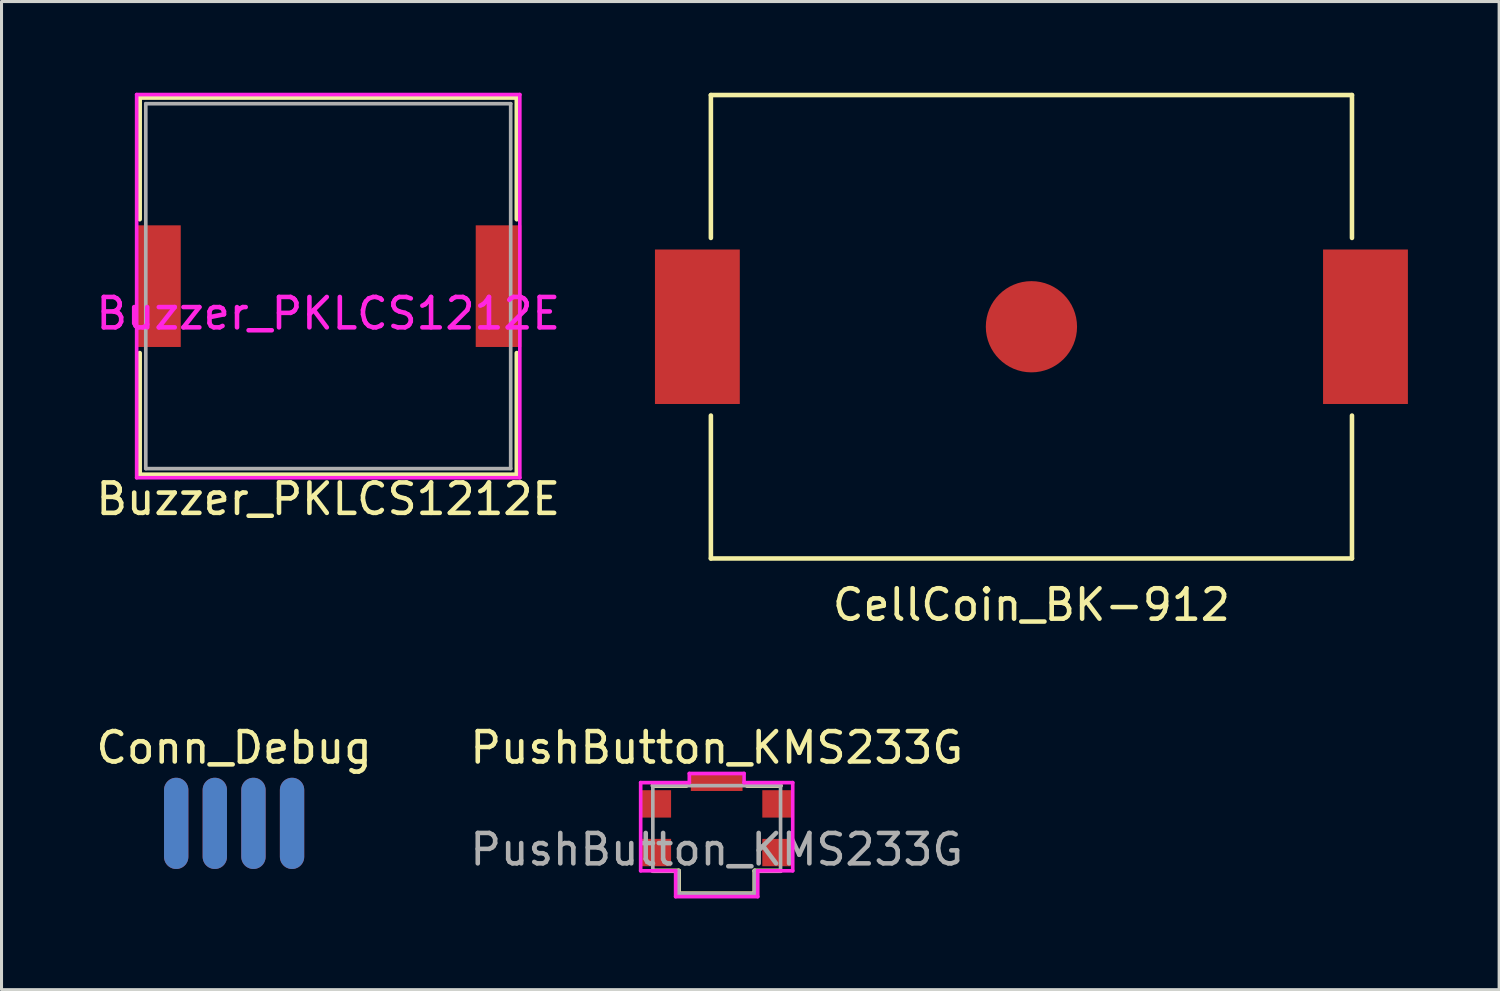
<source format=kicad_pcb>
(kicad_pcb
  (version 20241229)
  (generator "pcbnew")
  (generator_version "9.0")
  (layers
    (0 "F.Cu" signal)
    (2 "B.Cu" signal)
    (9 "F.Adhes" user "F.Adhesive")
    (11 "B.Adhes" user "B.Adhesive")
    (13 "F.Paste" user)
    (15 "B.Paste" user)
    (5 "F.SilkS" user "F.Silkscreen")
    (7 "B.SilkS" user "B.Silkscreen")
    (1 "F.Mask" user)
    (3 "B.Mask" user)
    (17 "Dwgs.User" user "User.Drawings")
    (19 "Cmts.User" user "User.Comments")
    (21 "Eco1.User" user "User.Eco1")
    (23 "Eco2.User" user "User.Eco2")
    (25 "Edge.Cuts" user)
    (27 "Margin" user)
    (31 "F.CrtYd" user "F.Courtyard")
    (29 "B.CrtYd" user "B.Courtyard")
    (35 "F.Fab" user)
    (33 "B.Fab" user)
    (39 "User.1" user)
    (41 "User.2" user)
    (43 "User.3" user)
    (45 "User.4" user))
  (footprint "CellCoin_BK-912"
    (layer "F.Cu")
    (at 30.868 7.695)
    (property "Reference" "CellCoin_BK-912" (at 0 9.144 0) (layer "F.SilkS") (effects (font (size 1 1) (thickness 0.15))))
    (attr through_hole)
    (fp_line (start -10.541 -7.62) (end -10.541 -2.921) (stroke (width 0.15) (type solid)) (layer "F.SilkS"))
    (fp_line (start -10.541 -7.62) (end 10.541 -7.62) (stroke (width 0.15) (type solid)) (layer "F.SilkS"))
    (fp_line (start -10.541 7.62) (end -10.541 2.921) (stroke (width 0.15) (type solid)) (layer "F.SilkS"))
    (fp_line (start 10.541 -7.62) (end 10.541 -2.921) (stroke (width 0.15) (type solid)) (layer "F.SilkS"))
    (fp_line (start 10.541 7.62) (end -10.541 7.62) (stroke (width 0.15) (type solid)) (layer "F.SilkS"))
    (fp_line (start 10.541 7.62) (end 10.541 2.921) (stroke (width 0.15) (type solid)) (layer "F.SilkS"))
    (pad "1" smd rect (at -10.985 0) (size 2.79 5.08) (layers "F.Cu" "F.Mask" "F.Paste"))
    (pad "1" smd rect (at 10.985 0) (size 2.79 5.08) (layers "F.Cu" "F.Mask" "F.Paste"))
    (pad "2" smd circle (at 0 0) (size 3 3) (layers "F.Cu" "F.Mask" "F.Paste")))
  (footprint "Buzzer_PKLCS1212E"
    (layer "F.Cu")
    (at 7.744 6.36)
    (property "Reference" "Buzzer_PKLCS1212E" (at 0 7 0) (layer "F.SilkS") (effects (font (size 1 1) (thickness 0.15))))
    (attr through_hole)
    (fp_line (start -6.2 -6.2) (end 6.2 -6.2) (stroke (width 0.15) (type solid)) (layer "F.SilkS"))
    (fp_line (start -6.2 -2.2) (end -6.2 -6.2) (stroke (width 0.15) (type solid)) (layer "F.SilkS"))
    (fp_line (start -6.2 6.2) (end -6.2 2.2) (stroke (width 0.15) (type solid)) (layer "F.SilkS"))
    (fp_line (start 6.2 -6.2) (end 6.2 -2.2) (stroke (width 0.15) (type solid)) (layer "F.SilkS"))
    (fp_line (start 6.2 2.2) (end 6.2 6.2) (stroke (width 0.15) (type solid)) (layer "F.SilkS"))
    (fp_line (start 6.2 6.2) (end -6.2 6.2) (stroke (width 0.15) (type solid)) (layer "F.SilkS"))
    (fp_line (start -6.3 -6.3) (end 6.3 -6.3) (stroke (width 0.12) (type solid)) (layer "F.CrtYd"))
    (fp_line (start -6.3 6.3) (end -6.3 -6.3) (stroke (width 0.12) (type solid)) (layer "F.CrtYd"))
    (fp_line (start 6.3 -6.3) (end 6.3 6.3) (stroke (width 0.12) (type solid)) (layer "F.CrtYd"))
    (fp_line (start 6.3 6.3) (end -6.3 6.3) (stroke (width 0.12) (type solid)) (layer "F.CrtYd"))
    (fp_line (start -6 -6) (end 6 -6) (stroke (width 0.12) (type solid)) (layer "F.Fab"))
    (fp_line (start -6 6) (end -6 -6) (stroke (width 0.12) (type solid)) (layer "F.Fab"))
    (fp_line (start 6 -6) (end 6 6) (stroke (width 0.12) (type solid)) (layer "F.Fab"))
    (fp_line (start 6 6) (end -6 6) (stroke (width 0.12) (type solid)) (layer "F.Fab"))
    (fp_text user "${REFERENCE}" (at 0 0.9 0) (layer "F.CrtYd") (effects (font (size 1 1) (thickness 0.15))))
    (pad "1" smd rect (at -5.6 0) (size 1.5 4) (layers "F.Cu" "F.Mask" "F.Paste"))
    (pad "2" smd rect (at 5.6 0) (size 1.5 4) (layers "F.Cu" "F.Mask" "F.Paste")))
  (footprint "Conn_Debug"
    (layer "F.Cu")
    (at 4.649 24.076)
    (property "Reference" "Conn_Debug" (at 0 -2.54 0) (layer "F.SilkS") (effects (font (size 1 1) (thickness 0.15))))
    (attr through_hole)
    (pad "1" smd oval (at -1.905 -0.05) (size 0.8 3) (layers "F.Cu" "F.Mask" "F.Paste"))
    (pad "2" smd oval (at -1.905 -0.05) (size 0.8 3) (layers "B.Cu" "B.Mask" "B.Paste"))
    (pad "3" smd oval (at -0.635 -0.05) (size 0.8 3) (layers "F.Cu" "F.Mask" "F.Paste"))
    (pad "4" smd oval (at -0.635 -0.05) (size 0.8 3) (layers "B.Cu" "B.Mask" "B.Paste"))
    (pad "5" smd oval (at 0.635 -0.05) (size 0.8 3) (layers "F.Cu" "F.Mask" "F.Paste"))
    (pad "6" smd oval (at 0.635 -0.05) (size 0.8 3) (layers "B.Cu" "B.Mask" "B.Paste"))
    (pad "7" smd oval (at 1.905 -0.05) (size 0.8 3) (layers "F.Cu" "F.Mask" "F.Paste"))
    (pad "8" smd oval (at 1.905 -0.05) (size 0.8 3) (layers "B.Cu" "B.Mask" "B.Paste")))
  (footprint "PushButton_KMS233G"
    (layer "F.Cu")
    (at 20.518 24.186)
    (property "Reference" "PushButton_KMS233G" (at 0 -2.65 0) (layer "F.SilkS") (effects (font (size 1 1) (thickness 0.15))))
    (attr through_hole)
    (fp_line (start -1.25 1.4) (end -2.1 1.4) (stroke (width 0.15) (type solid)) (layer "F.SilkS"))
    (fp_line (start -1.25 1.4) (end -1.25 2.15) (stroke (width 0.15) (type solid)) (layer "F.SilkS"))
    (fp_line (start -1.25 2.15) (end 1.25 2.15) (stroke (width 0.15) (type solid)) (layer "F.SilkS"))
    (fp_line (start -1 -1.4) (end -2.1 -1.4) (stroke (width 0.15) (type solid)) (layer "F.SilkS"))
    (fp_line (start 1.25 1.4) (end 1.25 2.15) (stroke (width 0.15) (type solid)) (layer "F.SilkS"))
    (fp_line (start 2.1 -1.4) (end 1 -1.4) (stroke (width 0.15) (type solid)) (layer "F.SilkS"))
    (fp_line (start 2.1 1.4) (end 1.25 1.4) (stroke (width 0.15) (type solid)) (layer "F.SilkS"))
    (fp_line (start -2.5 -1.5) (end -0.9 -1.5) (stroke (width 0.12) (type solid)) (layer "F.CrtYd"))
    (fp_line (start -2.5 1.4) (end -2.5 -1.5) (stroke (width 0.12) (type solid)) (layer "F.CrtYd"))
    (fp_line (start -1.35 1.4) (end -2.5 1.4) (stroke (width 0.12) (type solid)) (layer "F.CrtYd"))
    (fp_line (start -1.35 2.25) (end -1.35 1.4) (stroke (width 0.12) (type solid)) (layer "F.CrtYd"))
    (fp_line (start -0.9 -1.8) (end 0.9 -1.8) (stroke (width 0.12) (type solid)) (layer "F.CrtYd"))
    (fp_line (start -0.9 -1.5) (end -0.9 -1.8) (stroke (width 0.12) (type solid)) (layer "F.CrtYd"))
    (fp_line (start 0.9 -1.8) (end 0.9 -1.5) (stroke (width 0.12) (type solid)) (layer "F.CrtYd"))
    (fp_line (start 0.9 -1.5) (end 2.5 -1.5) (stroke (width 0.12) (type solid)) (layer "F.CrtYd"))
    (fp_line (start 1.35 2.25) (end -1.35 2.25) (stroke (width 0.12) (type solid)) (layer "F.CrtYd"))
    (fp_line (start 1.35 2.25) (end 1.35 1.4) (stroke (width 0.12) (type solid)) (layer "F.CrtYd"))
    (fp_line (start 2.5 -1.5) (end 2.5 1.4) (stroke (width 0.12) (type solid)) (layer "F.CrtYd"))
    (fp_line (start 2.5 1.4) (end 1.35 1.4) (stroke (width 0.12) (type solid)) (layer "F.CrtYd"))
    (fp_line (start -2.1 -1.4) (end 2.1 -1.4) (stroke (width 0.12) (type solid)) (layer "F.Fab"))
    (fp_line (start -2.1 1.4) (end -2.1 -1.4) (stroke (width 0.12) (type solid)) (layer "F.Fab"))
    (fp_line (start -1.25 1.4) (end -2.1 1.4) (stroke (width 0.12) (type solid)) (layer "F.Fab"))
    (fp_line (start -1.25 2.15) (end -1.25 1.4) (stroke (width 0.12) (type solid)) (layer "F.Fab"))
    (fp_line (start 1.25 1.4) (end 1.25 2.15) (stroke (width 0.12) (type solid)) (layer "F.Fab"))
    (fp_line (start 1.25 2.15) (end -1.25 2.15) (stroke (width 0.12) (type solid)) (layer "F.Fab"))
    (fp_line (start 2.1 -1.4) (end 2.1 1.4) (stroke (width 0.12) (type solid)) (layer "F.Fab"))
    (fp_line (start 2.1 1.4) (end 1.25 1.4) (stroke (width 0.12) (type solid)) (layer "F.Fab"))
    (fp_text user "${REFERENCE}" (at 0 0.7 0) (layer "F.Fab") (effects (font (size 1 1) (thickness 0.15))))
    (pad "1" smd rect (at -2 0.8) (size 1 0.9) (layers "F.Cu" "F.Mask" "F.Paste"))
    (pad "2" smd rect (at -2 -0.8) (size 1 0.9) (layers "F.Cu" "F.Mask" "F.Paste"))
    (pad "2" smd rect (at 0 -1.5) (size 1.7 0.55) (layers "F.Cu" "F.Mask" "F.Paste"))
    (pad "3" smd rect (at 2 0.8) (size 1 0.9) (layers "F.Cu" "F.Mask" "F.Paste"))
    (pad "4" smd rect (at 2 -0.8) (size 1 0.9) (layers "F.Cu" "F.Mask" "F.Paste")))
  (gr_rect
    (start -3 -3)
    (end 46.248 29.495)
    (stroke (width 0.1) (type default))
    (fill no)
    (layer "Edge.Cuts")))
</source>
